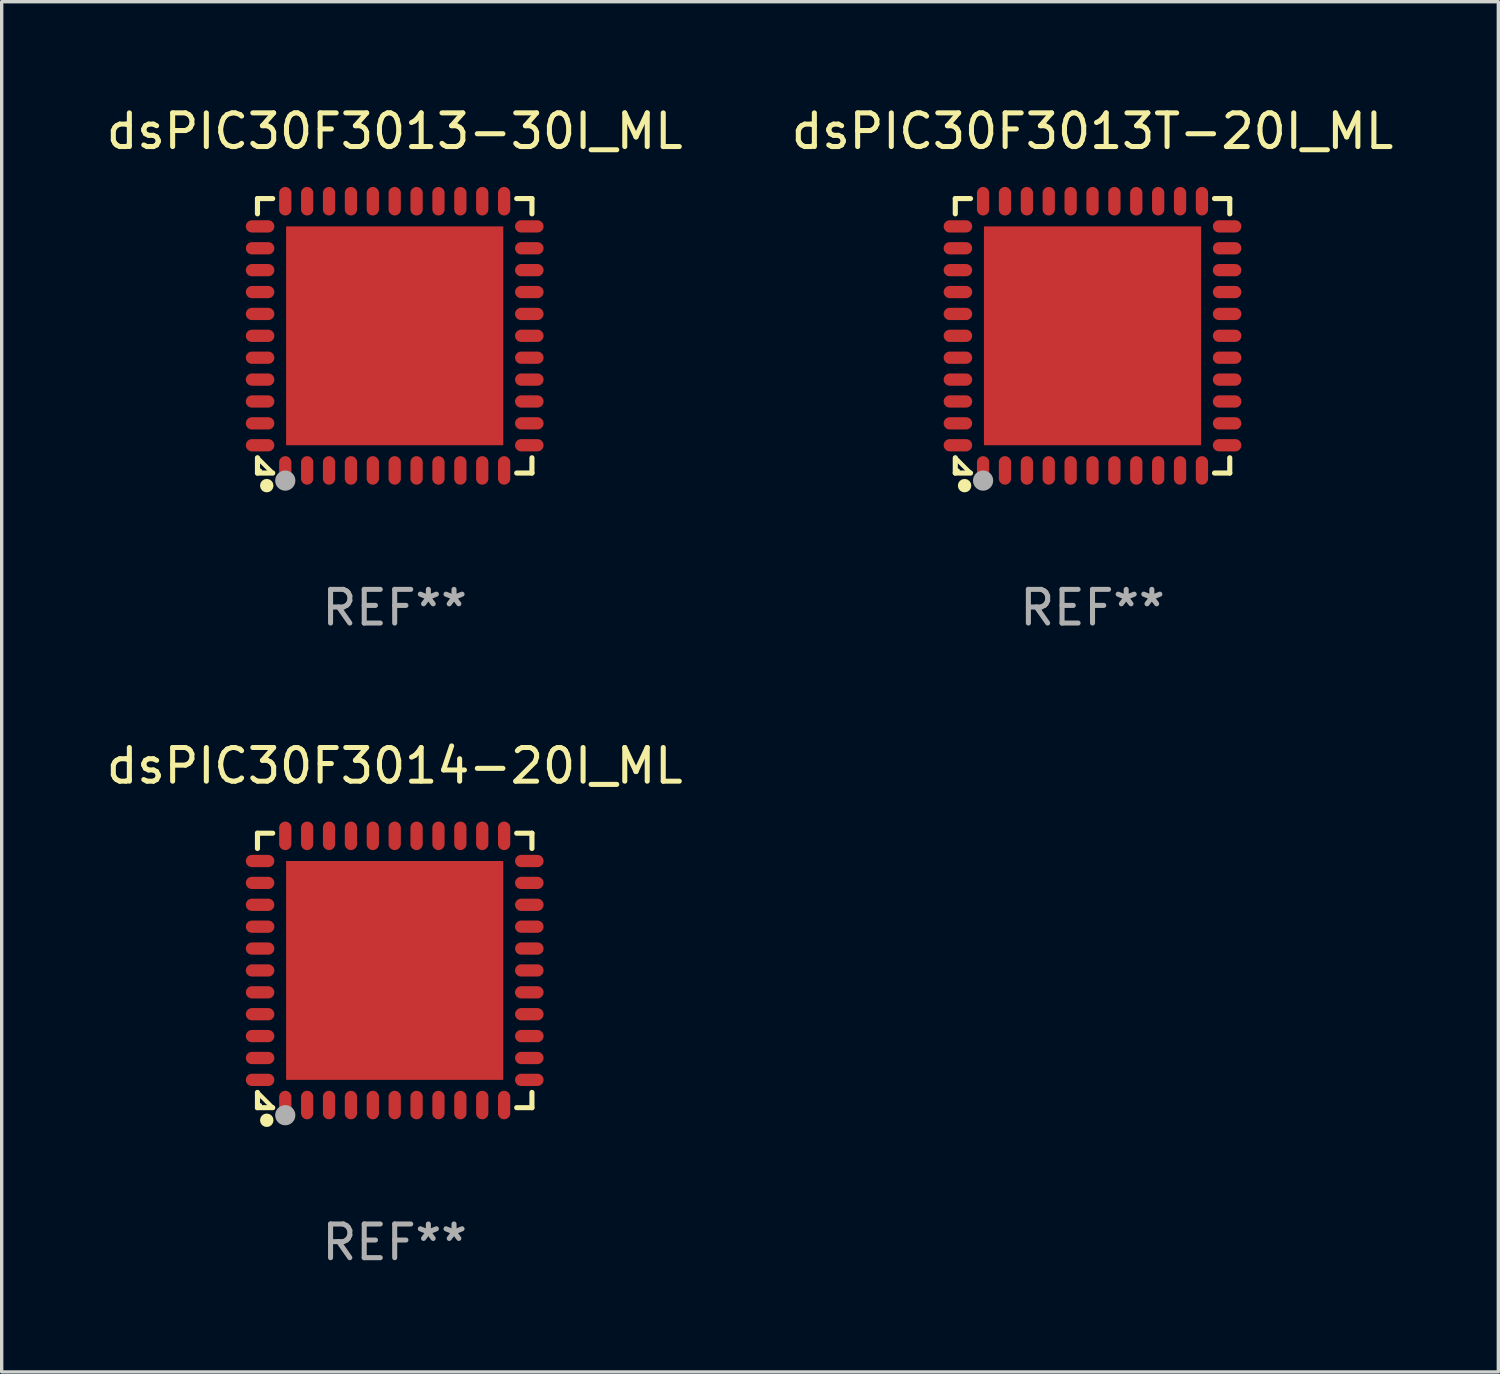
<source format=kicad_pcb>
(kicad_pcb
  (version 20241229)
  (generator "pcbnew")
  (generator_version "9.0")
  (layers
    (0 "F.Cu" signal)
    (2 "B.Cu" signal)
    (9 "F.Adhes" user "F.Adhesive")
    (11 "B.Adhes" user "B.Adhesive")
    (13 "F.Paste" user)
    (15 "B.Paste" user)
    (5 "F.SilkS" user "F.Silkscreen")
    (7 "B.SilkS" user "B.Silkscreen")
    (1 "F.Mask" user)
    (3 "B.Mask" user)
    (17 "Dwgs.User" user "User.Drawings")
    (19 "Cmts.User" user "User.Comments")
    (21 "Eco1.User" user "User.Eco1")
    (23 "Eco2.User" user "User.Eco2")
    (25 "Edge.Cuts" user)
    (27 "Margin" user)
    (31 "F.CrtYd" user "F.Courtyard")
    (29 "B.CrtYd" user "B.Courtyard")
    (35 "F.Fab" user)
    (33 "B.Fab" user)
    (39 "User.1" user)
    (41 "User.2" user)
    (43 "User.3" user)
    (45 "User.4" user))
  (footprint "dsPIC30F3013-30I_ML"
    (layer "F.Cu")
    (at 8.673 6.924)
    (property "Reference" "dsPIC30F3013-30I_ML" (at 0 -6.076 0) (layer "F.SilkS") (effects (font (size 1 1) (thickness 0.15))))
    (attr through_hole)
    (fp_line (start -4.076 -4.076) (end -3.623 -4.076) (stroke (width 0.152) (type solid)) (layer "F.SilkS"))
    (fp_line (start -4.076 -3.623) (end -4.076 -4.076) (stroke (width 0.152) (type solid)) (layer "F.SilkS"))
    (fp_line (start -4.076 3.623) (end -4.076 4.076) (stroke (width 0.152) (type solid)) (layer "F.SilkS"))
    (fp_line (start -4.076 4.076) (end -3.623 4.076) (stroke (width 0.152) (type solid)) (layer "F.SilkS"))
    (fp_line (start -3.623 4.076) (end -4.076 3.623) (stroke (width 0.127) (type solid)) (layer "F.SilkS"))
    (fp_line (start 4.076 -4.076) (end 3.623 -4.076) (stroke (width 0.152) (type solid)) (layer "F.SilkS"))
    (fp_line (start 4.076 -3.623) (end 4.076 -4.076) (stroke (width 0.152) (type solid)) (layer "F.SilkS"))
    (fp_line (start 4.076 3.623) (end 4.076 4.076) (stroke (width 0.152) (type solid)) (layer "F.SilkS"))
    (fp_line (start 4.076 4.076) (end 3.623 4.076) (stroke (width 0.152) (type solid)) (layer "F.SilkS"))
    (fp_circle (center -4 4) (end -3.97 4) (stroke (width 0.06) (type solid)) (fill no) (layer "F.SilkS"))
    (fp_circle (center -3.8 4.45) (end -3.7 4.45) (stroke (width 0.2) (type solid)) (fill no) (layer "F.SilkS"))
    (fp_circle (center -3.25 4.3) (end -3.1 4.3) (stroke (width 0.3) (type solid)) (fill no) (layer "F.Fab"))
    (fp_text user "REF**" (at 0 8.076 0) (layer "F.Fab") (effects (font (size 1 1) (thickness 0.15))))
    (pad "1" smd oval (at -3.25 3.998) (size 0.364 0.847) (layers "F.Cu" "F.Mask" "F.Paste"))
    (pad "2" smd oval (at -2.6 3.998) (size 0.364 0.847) (layers "F.Cu" "F.Mask" "F.Paste"))
    (pad "3" smd oval (at -1.95 3.998) (size 0.364 0.847) (layers "F.Cu" "F.Mask" "F.Paste"))
    (pad "4" smd oval (at -1.3 3.998) (size 0.364 0.847) (layers "F.Cu" "F.Mask" "F.Paste"))
    (pad "5" smd oval (at -0.65 3.998) (size 0.364 0.847) (layers "F.Cu" "F.Mask" "F.Paste"))
    (pad "6" smd oval (at 0 3.998) (size 0.364 0.847) (layers "F.Cu" "F.Mask" "F.Paste"))
    (pad "7" smd oval (at 0.65 3.998) (size 0.364 0.847) (layers "F.Cu" "F.Mask" "F.Paste"))
    (pad "8" smd oval (at 1.3 3.998) (size 0.364 0.847) (layers "F.Cu" "F.Mask" "F.Paste"))
    (pad "9" smd oval (at 1.95 3.998) (size 0.364 0.847) (layers "F.Cu" "F.Mask" "F.Paste"))
    (pad "10" smd oval (at 2.6 3.998) (size 0.364 0.847) (layers "F.Cu" "F.Mask" "F.Paste"))
    (pad "11" smd oval (at 3.25 3.998) (size 0.364 0.847) (layers "F.Cu" "F.Mask" "F.Paste"))
    (pad "12" smd oval (at 3.998 3.25) (size 0.847 0.364) (layers "F.Cu" "F.Mask" "F.Paste"))
    (pad "13" smd oval (at 3.998 2.6) (size 0.847 0.364) (layers "F.Cu" "F.Mask" "F.Paste"))
    (pad "14" smd oval (at 3.998 1.95) (size 0.847 0.364) (layers "F.Cu" "F.Mask" "F.Paste"))
    (pad "15" smd oval (at 3.998 1.3) (size 0.847 0.364) (layers "F.Cu" "F.Mask" "F.Paste"))
    (pad "16" smd oval (at 3.998 0.65) (size 0.847 0.364) (layers "F.Cu" "F.Mask" "F.Paste"))
    (pad "17" smd oval (at 3.998 0) (size 0.847 0.364) (layers "F.Cu" "F.Mask" "F.Paste"))
    (pad "18" smd oval (at 3.998 -0.65) (size 0.847 0.364) (layers "F.Cu" "F.Mask" "F.Paste"))
    (pad "19" smd oval (at 3.998 -1.3) (size 0.847 0.364) (layers "F.Cu" "F.Mask" "F.Paste"))
    (pad "20" smd oval (at 3.998 -1.95) (size 0.847 0.364) (layers "F.Cu" "F.Mask" "F.Paste"))
    (pad "21" smd oval (at 3.998 -2.6) (size 0.847 0.364) (layers "F.Cu" "F.Mask" "F.Paste"))
    (pad "22" smd oval (at 3.998 -3.25) (size 0.847 0.364) (layers "F.Cu" "F.Mask" "F.Paste"))
    (pad "23" smd oval (at 3.25 -3.998) (size 0.364 0.847) (layers "F.Cu" "F.Mask" "F.Paste"))
    (pad "24" smd oval (at 2.6 -3.998) (size 0.364 0.847) (layers "F.Cu" "F.Mask" "F.Paste"))
    (pad "25" smd oval (at 1.95 -3.998) (size 0.364 0.847) (layers "F.Cu" "F.Mask" "F.Paste"))
    (pad "26" smd oval (at 1.3 -3.998) (size 0.364 0.847) (layers "F.Cu" "F.Mask" "F.Paste"))
    (pad "27" smd oval (at 0.65 -3.998) (size 0.364 0.847) (layers "F.Cu" "F.Mask" "F.Paste"))
    (pad "28" smd oval (at 0 -3.998) (size 0.364 0.847) (layers "F.Cu" "F.Mask" "F.Paste"))
    (pad "29" smd oval (at -0.65 -3.998) (size 0.364 0.847) (layers "F.Cu" "F.Mask" "F.Paste"))
    (pad "30" smd oval (at -1.3 -3.998) (size 0.364 0.847) (layers "F.Cu" "F.Mask" "F.Paste"))
    (pad "31" smd oval (at -1.95 -3.998) (size 0.364 0.847) (layers "F.Cu" "F.Mask" "F.Paste"))
    (pad "32" smd oval (at -2.6 -3.998) (size 0.364 0.847) (layers "F.Cu" "F.Mask" "F.Paste"))
    (pad "33" smd oval (at -3.25 -3.998) (size 0.364 0.847) (layers "F.Cu" "F.Mask" "F.Paste"))
    (pad "34" smd oval (at -3.998 -3.25) (size 0.847 0.364) (layers "F.Cu" "F.Mask" "F.Paste"))
    (pad "35" smd oval (at -3.998 -2.6) (size 0.847 0.364) (layers "F.Cu" "F.Mask" "F.Paste"))
    (pad "36" smd oval (at -3.998 -1.95) (size 0.847 0.364) (layers "F.Cu" "F.Mask" "F.Paste"))
    (pad "37" smd oval (at -3.998 -1.3) (size 0.847 0.364) (layers "F.Cu" "F.Mask" "F.Paste"))
    (pad "38" smd oval (at -3.998 -0.65) (size 0.847 0.364) (layers "F.Cu" "F.Mask" "F.Paste"))
    (pad "39" smd oval (at -3.998 0) (size 0.847 0.364) (layers "F.Cu" "F.Mask" "F.Paste"))
    (pad "40" smd oval (at -3.998 0.65) (size 0.847 0.364) (layers "F.Cu" "F.Mask" "F.Paste"))
    (pad "41" smd oval (at -3.998 1.3) (size 0.847 0.364) (layers "F.Cu" "F.Mask" "F.Paste"))
    (pad "42" smd oval (at -3.998 1.95) (size 0.847 0.364) (layers "F.Cu" "F.Mask" "F.Paste"))
    (pad "43" smd oval (at -3.998 2.6) (size 0.847 0.364) (layers "F.Cu" "F.Mask" "F.Paste"))
    (pad "44" smd oval (at -3.998 3.25) (size 0.847 0.364) (layers "F.Cu" "F.Mask" "F.Paste"))
    (pad "45" smd rect (at 0 0) (size 6.45 6.5) (layers "F.Cu" "F.Mask" "F.Paste")))
  (footprint "dsPIC30F3014-20I_ML"
    (layer "F.Cu")
    (at 8.673 25.773)
    (property "Reference" "dsPIC30F3014-20I_ML" (at 0 -6.076 0) (layer "F.SilkS") (effects (font (size 1 1) (thickness 0.15))))
    (attr through_hole)
    (fp_line (start -4.076 -4.076) (end -3.623 -4.076) (stroke (width 0.152) (type solid)) (layer "F.SilkS"))
    (fp_line (start -4.076 -3.623) (end -4.076 -4.076) (stroke (width 0.152) (type solid)) (layer "F.SilkS"))
    (fp_line (start -4.076 3.623) (end -4.076 4.076) (stroke (width 0.152) (type solid)) (layer "F.SilkS"))
    (fp_line (start -4.076 4.076) (end -3.623 4.076) (stroke (width 0.152) (type solid)) (layer "F.SilkS"))
    (fp_line (start -3.623 4.076) (end -4.076 3.623) (stroke (width 0.127) (type solid)) (layer "F.SilkS"))
    (fp_line (start 4.076 -4.076) (end 3.623 -4.076) (stroke (width 0.152) (type solid)) (layer "F.SilkS"))
    (fp_line (start 4.076 -3.623) (end 4.076 -4.076) (stroke (width 0.152) (type solid)) (layer "F.SilkS"))
    (fp_line (start 4.076 3.623) (end 4.076 4.076) (stroke (width 0.152) (type solid)) (layer "F.SilkS"))
    (fp_line (start 4.076 4.076) (end 3.623 4.076) (stroke (width 0.152) (type solid)) (layer "F.SilkS"))
    (fp_circle (center -4 4) (end -3.97 4) (stroke (width 0.06) (type solid)) (fill no) (layer "F.SilkS"))
    (fp_circle (center -3.8 4.45) (end -3.7 4.45) (stroke (width 0.2) (type solid)) (fill no) (layer "F.SilkS"))
    (fp_circle (center -3.25 4.3) (end -3.1 4.3) (stroke (width 0.3) (type solid)) (fill no) (layer "F.Fab"))
    (fp_text user "REF**" (at 0 8.076 0) (layer "F.Fab") (effects (font (size 1 1) (thickness 0.15))))
    (pad "1" smd oval (at -3.25 3.998) (size 0.364 0.847) (layers "F.Cu" "F.Mask" "F.Paste"))
    (pad "2" smd oval (at -2.6 3.998) (size 0.364 0.847) (layers "F.Cu" "F.Mask" "F.Paste"))
    (pad "3" smd oval (at -1.95 3.998) (size 0.364 0.847) (layers "F.Cu" "F.Mask" "F.Paste"))
    (pad "4" smd oval (at -1.3 3.998) (size 0.364 0.847) (layers "F.Cu" "F.Mask" "F.Paste"))
    (pad "5" smd oval (at -0.65 3.998) (size 0.364 0.847) (layers "F.Cu" "F.Mask" "F.Paste"))
    (pad "6" smd oval (at 0 3.998) (size 0.364 0.847) (layers "F.Cu" "F.Mask" "F.Paste"))
    (pad "7" smd oval (at 0.65 3.998) (size 0.364 0.847) (layers "F.Cu" "F.Mask" "F.Paste"))
    (pad "8" smd oval (at 1.3 3.998) (size 0.364 0.847) (layers "F.Cu" "F.Mask" "F.Paste"))
    (pad "9" smd oval (at 1.95 3.998) (size 0.364 0.847) (layers "F.Cu" "F.Mask" "F.Paste"))
    (pad "10" smd oval (at 2.6 3.998) (size 0.364 0.847) (layers "F.Cu" "F.Mask" "F.Paste"))
    (pad "11" smd oval (at 3.25 3.998) (size 0.364 0.847) (layers "F.Cu" "F.Mask" "F.Paste"))
    (pad "12" smd oval (at 3.998 3.25) (size 0.847 0.364) (layers "F.Cu" "F.Mask" "F.Paste"))
    (pad "13" smd oval (at 3.998 2.6) (size 0.847 0.364) (layers "F.Cu" "F.Mask" "F.Paste"))
    (pad "14" smd oval (at 3.998 1.95) (size 0.847 0.364) (layers "F.Cu" "F.Mask" "F.Paste"))
    (pad "15" smd oval (at 3.998 1.3) (size 0.847 0.364) (layers "F.Cu" "F.Mask" "F.Paste"))
    (pad "16" smd oval (at 3.998 0.65) (size 0.847 0.364) (layers "F.Cu" "F.Mask" "F.Paste"))
    (pad "17" smd oval (at 3.998 0) (size 0.847 0.364) (layers "F.Cu" "F.Mask" "F.Paste"))
    (pad "18" smd oval (at 3.998 -0.65) (size 0.847 0.364) (layers "F.Cu" "F.Mask" "F.Paste"))
    (pad "19" smd oval (at 3.998 -1.3) (size 0.847 0.364) (layers "F.Cu" "F.Mask" "F.Paste"))
    (pad "20" smd oval (at 3.998 -1.95) (size 0.847 0.364) (layers "F.Cu" "F.Mask" "F.Paste"))
    (pad "21" smd oval (at 3.998 -2.6) (size 0.847 0.364) (layers "F.Cu" "F.Mask" "F.Paste"))
    (pad "22" smd oval (at 3.998 -3.25) (size 0.847 0.364) (layers "F.Cu" "F.Mask" "F.Paste"))
    (pad "23" smd oval (at 3.25 -3.998) (size 0.364 0.847) (layers "F.Cu" "F.Mask" "F.Paste"))
    (pad "24" smd oval (at 2.6 -3.998) (size 0.364 0.847) (layers "F.Cu" "F.Mask" "F.Paste"))
    (pad "25" smd oval (at 1.95 -3.998) (size 0.364 0.847) (layers "F.Cu" "F.Mask" "F.Paste"))
    (pad "26" smd oval (at 1.3 -3.998) (size 0.364 0.847) (layers "F.Cu" "F.Mask" "F.Paste"))
    (pad "27" smd oval (at 0.65 -3.998) (size 0.364 0.847) (layers "F.Cu" "F.Mask" "F.Paste"))
    (pad "28" smd oval (at 0 -3.998) (size 0.364 0.847) (layers "F.Cu" "F.Mask" "F.Paste"))
    (pad "29" smd oval (at -0.65 -3.998) (size 0.364 0.847) (layers "F.Cu" "F.Mask" "F.Paste"))
    (pad "30" smd oval (at -1.3 -3.998) (size 0.364 0.847) (layers "F.Cu" "F.Mask" "F.Paste"))
    (pad "31" smd oval (at -1.95 -3.998) (size 0.364 0.847) (layers "F.Cu" "F.Mask" "F.Paste"))
    (pad "32" smd oval (at -2.6 -3.998) (size 0.364 0.847) (layers "F.Cu" "F.Mask" "F.Paste"))
    (pad "33" smd oval (at -3.25 -3.998) (size 0.364 0.847) (layers "F.Cu" "F.Mask" "F.Paste"))
    (pad "34" smd oval (at -3.998 -3.25) (size 0.847 0.364) (layers "F.Cu" "F.Mask" "F.Paste"))
    (pad "35" smd oval (at -3.998 -2.6) (size 0.847 0.364) (layers "F.Cu" "F.Mask" "F.Paste"))
    (pad "36" smd oval (at -3.998 -1.95) (size 0.847 0.364) (layers "F.Cu" "F.Mask" "F.Paste"))
    (pad "37" smd oval (at -3.998 -1.3) (size 0.847 0.364) (layers "F.Cu" "F.Mask" "F.Paste"))
    (pad "38" smd oval (at -3.998 -0.65) (size 0.847 0.364) (layers "F.Cu" "F.Mask" "F.Paste"))
    (pad "39" smd oval (at -3.998 0) (size 0.847 0.364) (layers "F.Cu" "F.Mask" "F.Paste"))
    (pad "40" smd oval (at -3.998 0.65) (size 0.847 0.364) (layers "F.Cu" "F.Mask" "F.Paste"))
    (pad "41" smd oval (at -3.998 1.3) (size 0.847 0.364) (layers "F.Cu" "F.Mask" "F.Paste"))
    (pad "42" smd oval (at -3.998 1.95) (size 0.847 0.364) (layers "F.Cu" "F.Mask" "F.Paste"))
    (pad "43" smd oval (at -3.998 2.6) (size 0.847 0.364) (layers "F.Cu" "F.Mask" "F.Paste"))
    (pad "44" smd oval (at -3.998 3.25) (size 0.847 0.364) (layers "F.Cu" "F.Mask" "F.Paste"))
    (pad "45" smd rect (at 0 0) (size 6.45 6.5) (layers "F.Cu" "F.Mask" "F.Paste")))
  (footprint "dsPIC30F3013T-20I_ML"
    (layer "F.Cu")
    (at 29.399 6.924)
    (property "Reference" "dsPIC30F3013T-20I_ML" (at 0 -6.076 0) (layer "F.SilkS") (effects (font (size 1 1) (thickness 0.15))))
    (attr through_hole)
    (fp_line (start -4.076 -4.076) (end -3.623 -4.076) (stroke (width 0.152) (type solid)) (layer "F.SilkS"))
    (fp_line (start -4.076 -3.623) (end -4.076 -4.076) (stroke (width 0.152) (type solid)) (layer "F.SilkS"))
    (fp_line (start -4.076 3.623) (end -4.076 4.076) (stroke (width 0.152) (type solid)) (layer "F.SilkS"))
    (fp_line (start -4.076 4.076) (end -3.623 4.076) (stroke (width 0.152) (type solid)) (layer "F.SilkS"))
    (fp_line (start -3.623 4.076) (end -4.076 3.623) (stroke (width 0.127) (type solid)) (layer "F.SilkS"))
    (fp_line (start 4.076 -4.076) (end 3.623 -4.076) (stroke (width 0.152) (type solid)) (layer "F.SilkS"))
    (fp_line (start 4.076 -3.623) (end 4.076 -4.076) (stroke (width 0.152) (type solid)) (layer "F.SilkS"))
    (fp_line (start 4.076 3.623) (end 4.076 4.076) (stroke (width 0.152) (type solid)) (layer "F.SilkS"))
    (fp_line (start 4.076 4.076) (end 3.623 4.076) (stroke (width 0.152) (type solid)) (layer "F.SilkS"))
    (fp_circle (center -4 4) (end -3.97 4) (stroke (width 0.06) (type solid)) (fill no) (layer "F.SilkS"))
    (fp_circle (center -3.8 4.45) (end -3.7 4.45) (stroke (width 0.2) (type solid)) (fill no) (layer "F.SilkS"))
    (fp_circle (center -3.25 4.3) (end -3.1 4.3) (stroke (width 0.3) (type solid)) (fill no) (layer "F.Fab"))
    (fp_text user "REF**" (at 0 8.076 0) (layer "F.Fab") (effects (font (size 1 1) (thickness 0.15))))
    (pad "1" smd oval (at -3.25 3.998) (size 0.364 0.847) (layers "F.Cu" "F.Mask" "F.Paste"))
    (pad "2" smd oval (at -2.6 3.998) (size 0.364 0.847) (layers "F.Cu" "F.Mask" "F.Paste"))
    (pad "3" smd oval (at -1.95 3.998) (size 0.364 0.847) (layers "F.Cu" "F.Mask" "F.Paste"))
    (pad "4" smd oval (at -1.3 3.998) (size 0.364 0.847) (layers "F.Cu" "F.Mask" "F.Paste"))
    (pad "5" smd oval (at -0.65 3.998) (size 0.364 0.847) (layers "F.Cu" "F.Mask" "F.Paste"))
    (pad "6" smd oval (at 0 3.998) (size 0.364 0.847) (layers "F.Cu" "F.Mask" "F.Paste"))
    (pad "7" smd oval (at 0.65 3.998) (size 0.364 0.847) (layers "F.Cu" "F.Mask" "F.Paste"))
    (pad "8" smd oval (at 1.3 3.998) (size 0.364 0.847) (layers "F.Cu" "F.Mask" "F.Paste"))
    (pad "9" smd oval (at 1.95 3.998) (size 0.364 0.847) (layers "F.Cu" "F.Mask" "F.Paste"))
    (pad "10" smd oval (at 2.6 3.998) (size 0.364 0.847) (layers "F.Cu" "F.Mask" "F.Paste"))
    (pad "11" smd oval (at 3.25 3.998) (size 0.364 0.847) (layers "F.Cu" "F.Mask" "F.Paste"))
    (pad "12" smd oval (at 3.998 3.25) (size 0.847 0.364) (layers "F.Cu" "F.Mask" "F.Paste"))
    (pad "13" smd oval (at 3.998 2.6) (size 0.847 0.364) (layers "F.Cu" "F.Mask" "F.Paste"))
    (pad "14" smd oval (at 3.998 1.95) (size 0.847 0.364) (layers "F.Cu" "F.Mask" "F.Paste"))
    (pad "15" smd oval (at 3.998 1.3) (size 0.847 0.364) (layers "F.Cu" "F.Mask" "F.Paste"))
    (pad "16" smd oval (at 3.998 0.65) (size 0.847 0.364) (layers "F.Cu" "F.Mask" "F.Paste"))
    (pad "17" smd oval (at 3.998 0) (size 0.847 0.364) (layers "F.Cu" "F.Mask" "F.Paste"))
    (pad "18" smd oval (at 3.998 -0.65) (size 0.847 0.364) (layers "F.Cu" "F.Mask" "F.Paste"))
    (pad "19" smd oval (at 3.998 -1.3) (size 0.847 0.364) (layers "F.Cu" "F.Mask" "F.Paste"))
    (pad "20" smd oval (at 3.998 -1.95) (size 0.847 0.364) (layers "F.Cu" "F.Mask" "F.Paste"))
    (pad "21" smd oval (at 3.998 -2.6) (size 0.847 0.364) (layers "F.Cu" "F.Mask" "F.Paste"))
    (pad "22" smd oval (at 3.998 -3.25) (size 0.847 0.364) (layers "F.Cu" "F.Mask" "F.Paste"))
    (pad "23" smd oval (at 3.25 -3.998) (size 0.364 0.847) (layers "F.Cu" "F.Mask" "F.Paste"))
    (pad "24" smd oval (at 2.6 -3.998) (size 0.364 0.847) (layers "F.Cu" "F.Mask" "F.Paste"))
    (pad "25" smd oval (at 1.95 -3.998) (size 0.364 0.847) (layers "F.Cu" "F.Mask" "F.Paste"))
    (pad "26" smd oval (at 1.3 -3.998) (size 0.364 0.847) (layers "F.Cu" "F.Mask" "F.Paste"))
    (pad "27" smd oval (at 0.65 -3.998) (size 0.364 0.847) (layers "F.Cu" "F.Mask" "F.Paste"))
    (pad "28" smd oval (at 0 -3.998) (size 0.364 0.847) (layers "F.Cu" "F.Mask" "F.Paste"))
    (pad "29" smd oval (at -0.65 -3.998) (size 0.364 0.847) (layers "F.Cu" "F.Mask" "F.Paste"))
    (pad "30" smd oval (at -1.3 -3.998) (size 0.364 0.847) (layers "F.Cu" "F.Mask" "F.Paste"))
    (pad "31" smd oval (at -1.95 -3.998) (size 0.364 0.847) (layers "F.Cu" "F.Mask" "F.Paste"))
    (pad "32" smd oval (at -2.6 -3.998) (size 0.364 0.847) (layers "F.Cu" "F.Mask" "F.Paste"))
    (pad "33" smd oval (at -3.25 -3.998) (size 0.364 0.847) (layers "F.Cu" "F.Mask" "F.Paste"))
    (pad "34" smd oval (at -3.998 -3.25) (size 0.847 0.364) (layers "F.Cu" "F.Mask" "F.Paste"))
    (pad "35" smd oval (at -3.998 -2.6) (size 0.847 0.364) (layers "F.Cu" "F.Mask" "F.Paste"))
    (pad "36" smd oval (at -3.998 -1.95) (size 0.847 0.364) (layers "F.Cu" "F.Mask" "F.Paste"))
    (pad "37" smd oval (at -3.998 -1.3) (size 0.847 0.364) (layers "F.Cu" "F.Mask" "F.Paste"))
    (pad "38" smd oval (at -3.998 -0.65) (size 0.847 0.364) (layers "F.Cu" "F.Mask" "F.Paste"))
    (pad "39" smd oval (at -3.998 0) (size 0.847 0.364) (layers "F.Cu" "F.Mask" "F.Paste"))
    (pad "40" smd oval (at -3.998 0.65) (size 0.847 0.364) (layers "F.Cu" "F.Mask" "F.Paste"))
    (pad "41" smd oval (at -3.998 1.3) (size 0.847 0.364) (layers "F.Cu" "F.Mask" "F.Paste"))
    (pad "42" smd oval (at -3.998 1.95) (size 0.847 0.364) (layers "F.Cu" "F.Mask" "F.Paste"))
    (pad "43" smd oval (at -3.998 2.6) (size 0.847 0.364) (layers "F.Cu" "F.Mask" "F.Paste"))
    (pad "44" smd oval (at -3.998 3.25) (size 0.847 0.364) (layers "F.Cu" "F.Mask" "F.Paste"))
    (pad "45" smd rect (at 0 0) (size 6.45 6.5) (layers "F.Cu" "F.Mask" "F.Paste")))
  (gr_rect
    (start -3 -3)
    (end 41.452 37.698)
    (stroke (width 0.1) (type default))
    (fill no)
    (layer "Edge.Cuts")))
</source>
